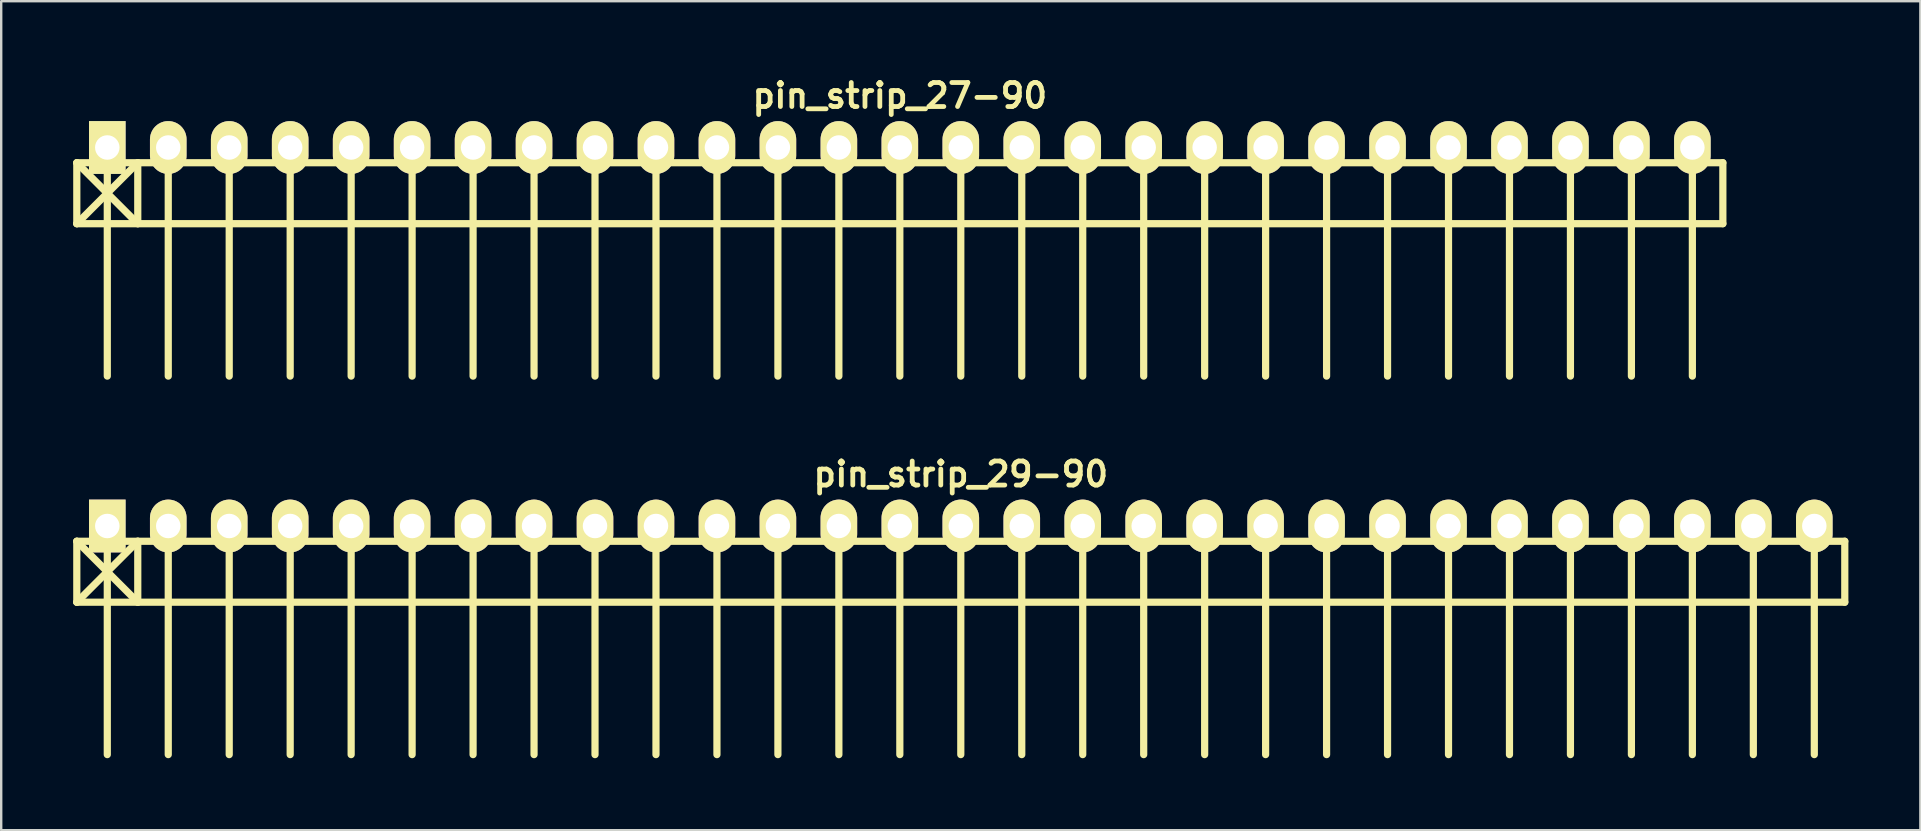
<source format=kicad_pcb>
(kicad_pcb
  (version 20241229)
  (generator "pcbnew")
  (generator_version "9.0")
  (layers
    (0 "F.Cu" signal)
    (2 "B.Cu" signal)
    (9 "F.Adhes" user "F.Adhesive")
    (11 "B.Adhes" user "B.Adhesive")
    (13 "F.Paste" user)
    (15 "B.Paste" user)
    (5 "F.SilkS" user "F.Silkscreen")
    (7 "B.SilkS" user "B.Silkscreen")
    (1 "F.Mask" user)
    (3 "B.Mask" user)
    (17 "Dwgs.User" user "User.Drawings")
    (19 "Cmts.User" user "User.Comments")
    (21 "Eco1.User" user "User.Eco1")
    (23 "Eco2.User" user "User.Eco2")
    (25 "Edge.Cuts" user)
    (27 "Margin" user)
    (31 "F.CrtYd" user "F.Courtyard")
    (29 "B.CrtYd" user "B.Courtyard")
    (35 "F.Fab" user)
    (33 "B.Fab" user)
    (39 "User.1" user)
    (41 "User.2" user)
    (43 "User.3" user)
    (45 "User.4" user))
  (footprint "pin_strip_29-90"
    (layer "F.Cu")
    (at 36.98 18.865)
    (property "Reference" "pin_strip_29-90" (at 0 -2.159 0) (layer "F.SilkS") (effects (font (size 1 1) (thickness 0.2))))
    (attr through_hole)
    (fp_line (start -36.83 0.635) (end 36.83 0.635) (stroke (width 0.3) (type solid)) (layer "F.SilkS"))
    (fp_line (start -36.83 3.175) (end -36.83 0.635) (stroke (width 0.3) (type solid)) (layer "F.SilkS"))
    (fp_line (start -36.83 3.175) (end -34.29 0.635) (stroke (width 0.3) (type solid)) (layer "F.SilkS"))
    (fp_line (start -35.56 0) (end -35.56 9.525) (stroke (width 0.3) (type solid)) (layer "F.SilkS"))
    (fp_line (start -34.29 0.635) (end -34.29 3.175) (stroke (width 0.3) (type solid)) (layer "F.SilkS"))
    (fp_line (start -34.29 3.175) (end -36.83 0.635) (stroke (width 0.3) (type solid)) (layer "F.SilkS"))
    (fp_line (start -33.02 0) (end -33.02 9.525) (stroke (width 0.3) (type solid)) (layer "F.SilkS"))
    (fp_line (start -30.48 9.525) (end -30.48 0) (stroke (width 0.3) (type solid)) (layer "F.SilkS"))
    (fp_line (start -27.94 0) (end -27.94 9.525) (stroke (width 0.3) (type solid)) (layer "F.SilkS"))
    (fp_line (start -25.4 0) (end -25.4 9.525) (stroke (width 0.3) (type solid)) (layer "F.SilkS"))
    (fp_line (start -22.86 0) (end -22.86 9.525) (stroke (width 0.3) (type solid)) (layer "F.SilkS"))
    (fp_line (start -20.32 0) (end -20.32 9.525) (stroke (width 0.3) (type solid)) (layer "F.SilkS"))
    (fp_line (start -17.78 0) (end -17.78 9.525) (stroke (width 0.3) (type solid)) (layer "F.SilkS"))
    (fp_line (start -15.24 0) (end -15.24 9.525) (stroke (width 0.3) (type solid)) (layer "F.SilkS"))
    (fp_line (start -12.7 0) (end -12.7 9.525) (stroke (width 0.3) (type solid)) (layer "F.SilkS"))
    (fp_line (start -10.16 0) (end -10.16 9.525) (stroke (width 0.3) (type solid)) (layer "F.SilkS"))
    (fp_line (start -7.62 0) (end -7.62 9.525) (stroke (width 0.3) (type solid)) (layer "F.SilkS"))
    (fp_line (start -5.08 9.525) (end -5.08 0) (stroke (width 0.3) (type solid)) (layer "F.SilkS"))
    (fp_line (start -2.54 0) (end -2.54 9.525) (stroke (width 0.3) (type solid)) (layer "F.SilkS"))
    (fp_line (start 0 0) (end 0 9.525) (stroke (width 0.3) (type solid)) (layer "F.SilkS"))
    (fp_line (start 2.54 0) (end 2.54 9.525) (stroke (width 0.3) (type solid)) (layer "F.SilkS"))
    (fp_line (start 5.08 0) (end 5.08 9.525) (stroke (width 0.3) (type solid)) (layer "F.SilkS"))
    (fp_line (start 7.62 0) (end 7.62 9.525) (stroke (width 0.3) (type solid)) (layer "F.SilkS"))
    (fp_line (start 10.16 0) (end 10.16 9.525) (stroke (width 0.3) (type solid)) (layer "F.SilkS"))
    (fp_line (start 12.7 0) (end 12.7 9.525) (stroke (width 0.3) (type solid)) (layer "F.SilkS"))
    (fp_line (start 15.24 0) (end 15.24 9.525) (stroke (width 0.3) (type solid)) (layer "F.SilkS"))
    (fp_line (start 17.78 0) (end 17.78 9.525) (stroke (width 0.3) (type solid)) (layer "F.SilkS"))
    (fp_line (start 20.32 9.525) (end 20.32 0) (stroke (width 0.3) (type solid)) (layer "F.SilkS"))
    (fp_line (start 22.86 0) (end 22.86 9.525) (stroke (width 0.3) (type solid)) (layer "F.SilkS"))
    (fp_line (start 25.4 0) (end 25.4 9.525) (stroke (width 0.3) (type solid)) (layer "F.SilkS"))
    (fp_line (start 27.94 0) (end 27.94 9.525) (stroke (width 0.3) (type solid)) (layer "F.SilkS"))
    (fp_line (start 30.48 0) (end 30.48 9.525) (stroke (width 0.3) (type solid)) (layer "F.SilkS"))
    (fp_line (start 33.02 0) (end 33.02 9.525) (stroke (width 0.3) (type solid)) (layer "F.SilkS"))
    (fp_line (start 35.56 0) (end 35.56 9.525) (stroke (width 0.3) (type solid)) (layer "F.SilkS"))
    (fp_line (start 36.83 0.635) (end 36.83 3.175) (stroke (width 0.3) (type solid)) (layer "F.SilkS"))
    (fp_line (start 36.83 3.175) (end -36.83 3.175) (stroke (width 0.3) (type solid)) (layer "F.SilkS"))
    (pad "1" thru_hole rect (at -35.56 0) (size 1.524 2.2) (drill 1.02) (layers "*.Cu" "*.Mask" "F.SilkS"))
    (pad "2" thru_hole oval (at -33.02 0) (size 1.524 2.2) (drill 1.02) (layers "*.Cu" "*.Mask" "F.SilkS"))
    (pad "3" thru_hole oval (at -30.48 0) (size 1.524 2.2) (drill 1.02) (layers "*.Cu" "*.Mask" "F.SilkS"))
    (pad "4" thru_hole oval (at -27.94 0) (size 1.524 2.2) (drill 1.02) (layers "*.Cu" "*.Mask" "F.SilkS"))
    (pad "5" thru_hole oval (at -25.4 0) (size 1.524 2.2) (drill 1.02) (layers "*.Cu" "*.Mask" "F.SilkS"))
    (pad "6" thru_hole oval (at -22.86 0) (size 1.524 2.2) (drill 1.02) (layers "*.Cu" "*.Mask" "F.SilkS"))
    (pad "7" thru_hole oval (at -20.32 0) (size 1.524 2.2) (drill 1.02) (layers "*.Cu" "*.Mask" "F.SilkS"))
    (pad "8" thru_hole oval (at -17.78 0) (size 1.524 2.2) (drill 1.02) (layers "*.Cu" "*.Mask" "F.SilkS"))
    (pad "9" thru_hole oval (at -15.24 0) (size 1.524 2.2) (drill 1.02) (layers "*.Cu" "*.Mask" "F.SilkS"))
    (pad "10" thru_hole oval (at -12.7 0) (size 1.524 2.2) (drill 1.02) (layers "*.Cu" "*.Mask" "F.SilkS"))
    (pad "11" thru_hole oval (at -10.16 0) (size 1.524 2.2) (drill 1.02) (layers "*.Cu" "*.Mask" "F.SilkS"))
    (pad "12" thru_hole oval (at -7.62 0) (size 1.524 2.2) (drill 1.02) (layers "*.Cu" "*.Mask" "F.SilkS"))
    (pad "13" thru_hole oval (at -5.08 0) (size 1.524 2.2) (drill 1.02) (layers "*.Cu" "*.Mask" "F.SilkS"))
    (pad "14" thru_hole oval (at -2.54 0) (size 1.524 2.2) (drill 1.02) (layers "*.Cu" "*.Mask" "F.SilkS"))
    (pad "15" thru_hole oval (at 0 0) (size 1.524 2.2) (drill 1.02) (layers "*.Cu" "*.Mask" "F.SilkS"))
    (pad "16" thru_hole oval (at 2.54 0) (size 1.524 2.2) (drill 1.02) (layers "*.Cu" "*.Mask" "F.SilkS"))
    (pad "17" thru_hole oval (at 5.08 0) (size 1.524 2.2) (drill 1.02) (layers "*.Cu" "*.Mask" "F.SilkS"))
    (pad "18" thru_hole oval (at 7.62 0) (size 1.524 2.2) (drill 1.02) (layers "*.Cu" "*.Mask" "F.SilkS"))
    (pad "19" thru_hole oval (at 10.16 0) (size 1.524 2.2) (drill 1.02) (layers "*.Cu" "*.Mask" "F.SilkS"))
    (pad "20" thru_hole oval (at 12.7 0) (size 1.524 2.2) (drill 1.02) (layers "*.Cu" "*.Mask" "F.SilkS"))
    (pad "21" thru_hole oval (at 15.24 0) (size 1.524 2.2) (drill 1.02) (layers "*.Cu" "*.Mask" "F.SilkS"))
    (pad "22" thru_hole oval (at 17.78 0) (size 1.524 2.2) (drill 1.02) (layers "*.Cu" "*.Mask" "F.SilkS"))
    (pad "23" thru_hole oval (at 20.32 0) (size 1.524 2.2) (drill 1.02) (layers "*.Cu" "*.Mask" "F.SilkS"))
    (pad "24" thru_hole oval (at 22.86 0) (size 1.524 2.2) (drill 1.02) (layers "*.Cu" "*.Mask" "F.SilkS"))
    (pad "25" thru_hole oval (at 25.4 0) (size 1.524 2.2) (drill 1.02) (layers "*.Cu" "*.Mask" "F.SilkS"))
    (pad "26" thru_hole oval (at 27.94 0) (size 1.524 2.2) (drill 1.02) (layers "*.Cu" "*.Mask" "F.SilkS"))
    (pad "27" thru_hole oval (at 30.48 0) (size 1.524 2.2) (drill 1.02) (layers "*.Cu" "*.Mask" "F.SilkS"))
    (pad "28" thru_hole oval (at 33.02 0) (size 1.524 2.2) (drill 1.02) (layers "*.Cu" "*.Mask" "F.SilkS"))
    (pad "29" thru_hole oval (at 35.56 0) (size 1.524 2.2) (drill 1.02) (layers "*.Cu" "*.Mask" "F.SilkS")))
  (footprint "pin_strip_27-90"
    (layer "F.Cu")
    (at 34.44 3.095)
    (property "Reference" "pin_strip_27-90" (at 0 -2.159 0) (layer "F.SilkS") (effects (font (size 1 1) (thickness 0.2))))
    (attr through_hole)
    (fp_line (start -34.29 0.635) (end 34.29 0.635) (stroke (width 0.3) (type solid)) (layer "F.SilkS"))
    (fp_line (start -34.29 3.175) (end -34.29 0.635) (stroke (width 0.3) (type solid)) (layer "F.SilkS"))
    (fp_line (start -34.29 3.175) (end -31.75 0.635) (stroke (width 0.3) (type solid)) (layer "F.SilkS"))
    (fp_line (start -33.02 0) (end -33.02 9.525) (stroke (width 0.3) (type solid)) (layer "F.SilkS"))
    (fp_line (start -31.75 0.635) (end -31.75 3.175) (stroke (width 0.3) (type solid)) (layer "F.SilkS"))
    (fp_line (start -31.75 3.175) (end -34.29 0.635) (stroke (width 0.3) (type solid)) (layer "F.SilkS"))
    (fp_line (start -30.48 0) (end -30.48 9.525) (stroke (width 0.3) (type solid)) (layer "F.SilkS"))
    (fp_line (start -27.94 9.525) (end -27.94 0) (stroke (width 0.3) (type solid)) (layer "F.SilkS"))
    (fp_line (start -25.4 0) (end -25.4 9.525) (stroke (width 0.3) (type solid)) (layer "F.SilkS"))
    (fp_line (start -22.86 0) (end -22.86 9.525) (stroke (width 0.3) (type solid)) (layer "F.SilkS"))
    (fp_line (start -20.32 0) (end -20.32 9.525) (stroke (width 0.3) (type solid)) (layer "F.SilkS"))
    (fp_line (start -17.78 0) (end -17.78 9.525) (stroke (width 0.3) (type solid)) (layer "F.SilkS"))
    (fp_line (start -15.24 0) (end -15.24 9.525) (stroke (width 0.3) (type solid)) (layer "F.SilkS"))
    (fp_line (start -12.7 0) (end -12.7 9.525) (stroke (width 0.3) (type solid)) (layer "F.SilkS"))
    (fp_line (start -10.16 0) (end -10.16 9.525) (stroke (width 0.3) (type solid)) (layer "F.SilkS"))
    (fp_line (start -7.62 0) (end -7.62 9.525) (stroke (width 0.3) (type solid)) (layer "F.SilkS"))
    (fp_line (start -5.08 0) (end -5.08 9.525) (stroke (width 0.3) (type solid)) (layer "F.SilkS"))
    (fp_line (start -2.54 9.525) (end -2.54 0) (stroke (width 0.3) (type solid)) (layer "F.SilkS"))
    (fp_line (start 0 0) (end 0 9.525) (stroke (width 0.3) (type solid)) (layer "F.SilkS"))
    (fp_line (start 2.54 0) (end 2.54 9.525) (stroke (width 0.3) (type solid)) (layer "F.SilkS"))
    (fp_line (start 5.08 0) (end 5.08 9.525) (stroke (width 0.3) (type solid)) (layer "F.SilkS"))
    (fp_line (start 7.62 0) (end 7.62 9.525) (stroke (width 0.3) (type solid)) (layer "F.SilkS"))
    (fp_line (start 10.16 0) (end 10.16 9.525) (stroke (width 0.3) (type solid)) (layer "F.SilkS"))
    (fp_line (start 12.7 0) (end 12.7 9.525) (stroke (width 0.3) (type solid)) (layer "F.SilkS"))
    (fp_line (start 15.24 0) (end 15.24 9.525) (stroke (width 0.3) (type solid)) (layer "F.SilkS"))
    (fp_line (start 17.78 0) (end 17.78 9.525) (stroke (width 0.3) (type solid)) (layer "F.SilkS"))
    (fp_line (start 20.32 0) (end 20.32 9.525) (stroke (width 0.3) (type solid)) (layer "F.SilkS"))
    (fp_line (start 22.86 9.525) (end 22.86 0) (stroke (width 0.3) (type solid)) (layer "F.SilkS"))
    (fp_line (start 25.4 0) (end 25.4 9.525) (stroke (width 0.3) (type solid)) (layer "F.SilkS"))
    (fp_line (start 27.94 0) (end 27.94 9.525) (stroke (width 0.3) (type solid)) (layer "F.SilkS"))
    (fp_line (start 30.48 0) (end 30.48 9.525) (stroke (width 0.3) (type solid)) (layer "F.SilkS"))
    (fp_line (start 33.02 0) (end 33.02 9.525) (stroke (width 0.3) (type solid)) (layer "F.SilkS"))
    (fp_line (start 34.29 0.635) (end 34.29 3.175) (stroke (width 0.3) (type solid)) (layer "F.SilkS"))
    (fp_line (start 34.29 3.175) (end -34.29 3.175) (stroke (width 0.3) (type solid)) (layer "F.SilkS"))
    (pad "1" thru_hole rect (at -33.02 0) (size 1.524 2.2) (drill 1.02) (layers "*.Cu" "*.Mask" "F.SilkS"))
    (pad "2" thru_hole oval (at -30.48 0) (size 1.524 2.2) (drill 1.02) (layers "*.Cu" "*.Mask" "F.SilkS"))
    (pad "3" thru_hole oval (at -27.94 0) (size 1.524 2.2) (drill 1.02) (layers "*.Cu" "*.Mask" "F.SilkS"))
    (pad "4" thru_hole oval (at -25.4 0) (size 1.524 2.2) (drill 1.02) (layers "*.Cu" "*.Mask" "F.SilkS"))
    (pad "5" thru_hole oval (at -22.86 0) (size 1.524 2.2) (drill 1.02) (layers "*.Cu" "*.Mask" "F.SilkS"))
    (pad "6" thru_hole oval (at -20.32 0) (size 1.524 2.2) (drill 1.02) (layers "*.Cu" "*.Mask" "F.SilkS"))
    (pad "7" thru_hole oval (at -17.78 0) (size 1.524 2.2) (drill 1.02) (layers "*.Cu" "*.Mask" "F.SilkS"))
    (pad "8" thru_hole oval (at -15.24 0) (size 1.524 2.2) (drill 1.02) (layers "*.Cu" "*.Mask" "F.SilkS"))
    (pad "9" thru_hole oval (at -12.7 0) (size 1.524 2.2) (drill 1.02) (layers "*.Cu" "*.Mask" "F.SilkS"))
    (pad "10" thru_hole oval (at -10.16 0) (size 1.524 2.2) (drill 1.02) (layers "*.Cu" "*.Mask" "F.SilkS"))
    (pad "11" thru_hole oval (at -7.62 0) (size 1.524 2.2) (drill 1.02) (layers "*.Cu" "*.Mask" "F.SilkS"))
    (pad "12" thru_hole oval (at -5.08 0) (size 1.524 2.2) (drill 1.02) (layers "*.Cu" "*.Mask" "F.SilkS"))
    (pad "13" thru_hole oval (at -2.54 0) (size 1.524 2.2) (drill 1.02) (layers "*.Cu" "*.Mask" "F.SilkS"))
    (pad "14" thru_hole oval (at 0 0) (size 1.524 2.2) (drill 1.02) (layers "*.Cu" "*.Mask" "F.SilkS"))
    (pad "15" thru_hole oval (at 2.54 0) (size 1.524 2.2) (drill 1.02) (layers "*.Cu" "*.Mask" "F.SilkS"))
    (pad "16" thru_hole oval (at 5.08 0) (size 1.524 2.2) (drill 1.02) (layers "*.Cu" "*.Mask" "F.SilkS"))
    (pad "17" thru_hole oval (at 7.62 0) (size 1.524 2.2) (drill 1.02) (layers "*.Cu" "*.Mask" "F.SilkS"))
    (pad "18" thru_hole oval (at 10.16 0) (size 1.524 2.2) (drill 1.02) (layers "*.Cu" "*.Mask" "F.SilkS"))
    (pad "19" thru_hole oval (at 12.7 0) (size 1.524 2.2) (drill 1.02) (layers "*.Cu" "*.Mask" "F.SilkS"))
    (pad "20" thru_hole oval (at 15.24 0) (size 1.524 2.2) (drill 1.02) (layers "*.Cu" "*.Mask" "F.SilkS"))
    (pad "21" thru_hole oval (at 17.78 0) (size 1.524 2.2) (drill 1.02) (layers "*.Cu" "*.Mask" "F.SilkS"))
    (pad "22" thru_hole oval (at 20.32 0) (size 1.524 2.2) (drill 1.02) (layers "*.Cu" "*.Mask" "F.SilkS"))
    (pad "23" thru_hole oval (at 22.86 0) (size 1.524 2.2) (drill 1.02) (layers "*.Cu" "*.Mask" "F.SilkS"))
    (pad "24" thru_hole oval (at 25.4 0) (size 1.524 2.2) (drill 1.02) (layers "*.Cu" "*.Mask" "F.SilkS"))
    (pad "25" thru_hole oval (at 27.94 0) (size 1.524 2.2) (drill 1.02) (layers "*.Cu" "*.Mask" "F.SilkS"))
    (pad "26" thru_hole oval (at 30.48 0) (size 1.524 2.2) (drill 1.02) (layers "*.Cu" "*.Mask" "F.SilkS"))
    (pad "27" thru_hole oval (at 33.02 0) (size 1.524 2.2) (drill 1.02) (layers "*.Cu" "*.Mask" "F.SilkS")))
  (gr_rect
    (start -3 -3)
    (end 76.96 31.54)
    (stroke (width 0.1) (type default))
    (fill no)
    (layer "Edge.Cuts")))
</source>
